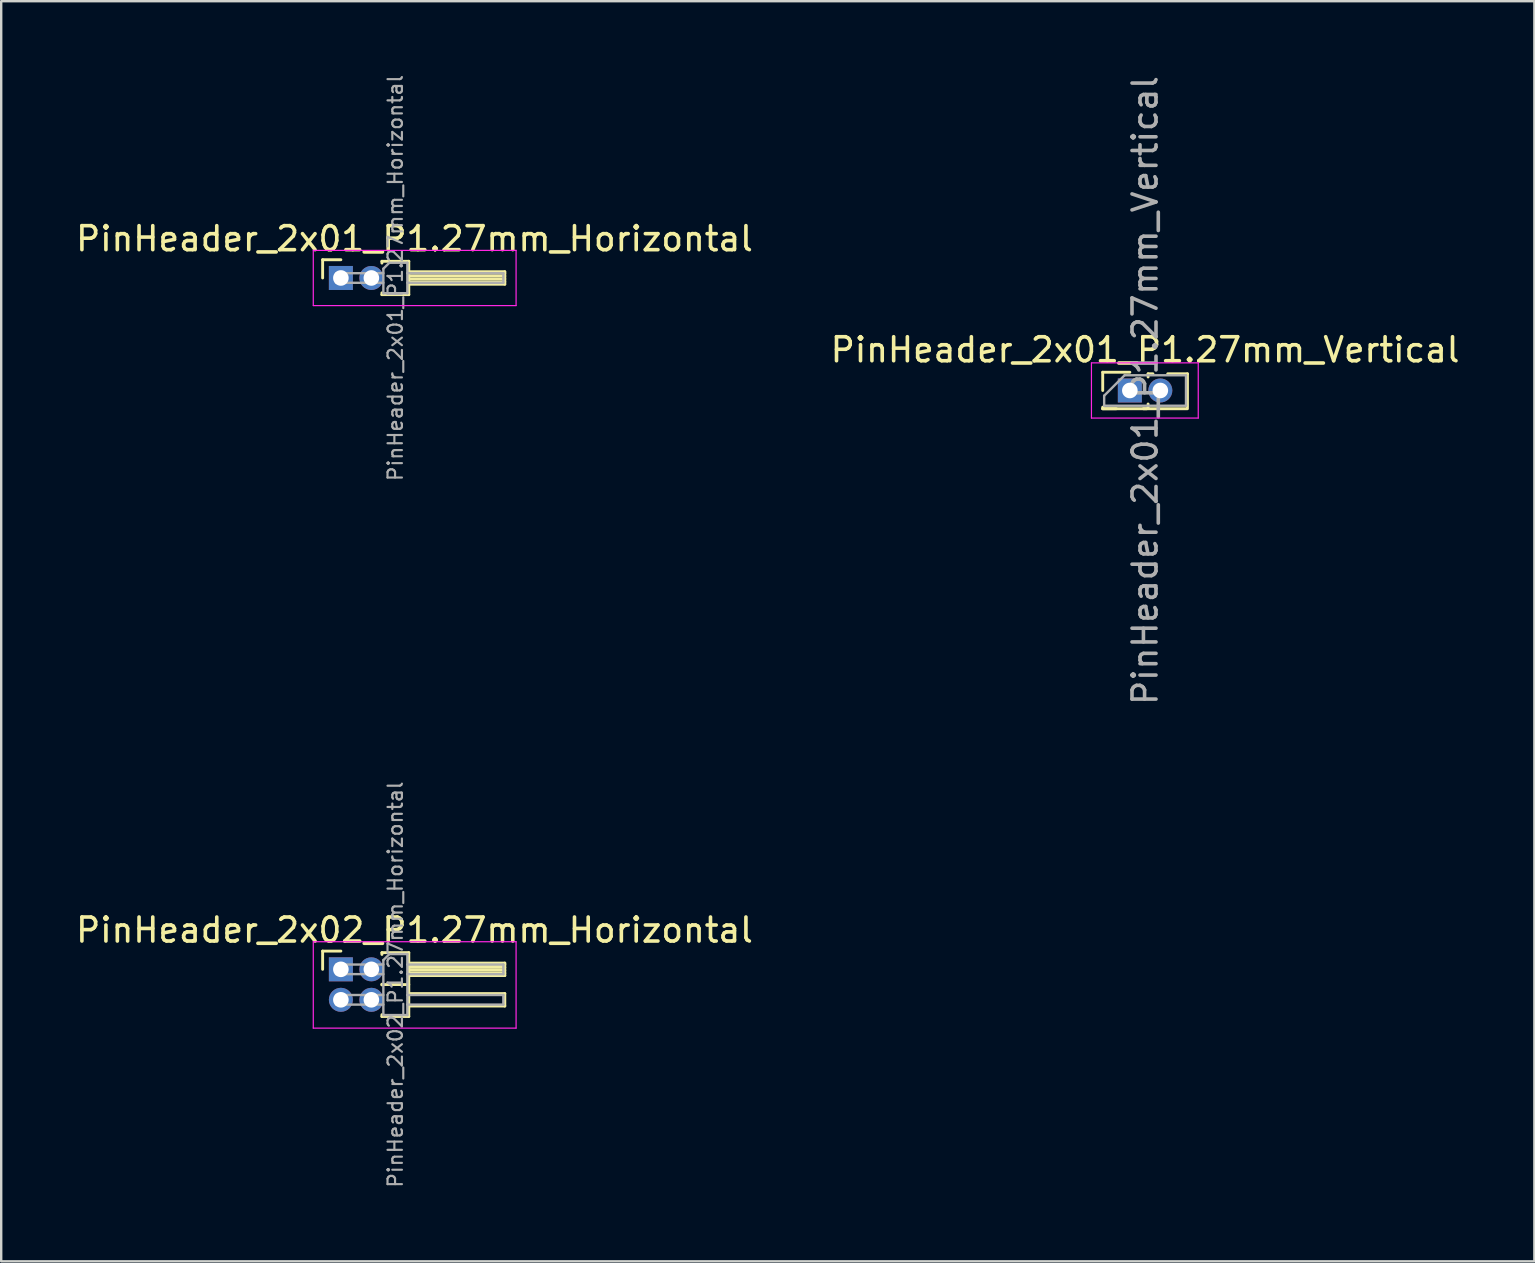
<source format=kicad_pcb>
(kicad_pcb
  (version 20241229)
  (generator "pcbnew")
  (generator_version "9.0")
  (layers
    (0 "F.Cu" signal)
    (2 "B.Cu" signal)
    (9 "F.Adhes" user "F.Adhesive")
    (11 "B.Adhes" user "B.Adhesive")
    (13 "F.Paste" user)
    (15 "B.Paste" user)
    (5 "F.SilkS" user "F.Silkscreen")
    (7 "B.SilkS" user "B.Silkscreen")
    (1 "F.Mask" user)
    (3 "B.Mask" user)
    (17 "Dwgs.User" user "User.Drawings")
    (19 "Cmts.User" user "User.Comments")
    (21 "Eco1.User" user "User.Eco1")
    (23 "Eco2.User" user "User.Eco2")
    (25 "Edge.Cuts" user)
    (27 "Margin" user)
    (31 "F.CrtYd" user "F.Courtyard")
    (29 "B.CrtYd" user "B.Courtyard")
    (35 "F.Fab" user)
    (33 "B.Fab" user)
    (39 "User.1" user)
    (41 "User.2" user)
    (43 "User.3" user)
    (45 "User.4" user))
  (footprint "PinHeader_2x01_P1.27mm_Horizontal"
    (layer "F.Cu")
    (at 11.153 8.532)
    (property "Reference" "PinHeader_2x01_P1.27mm_Horizontal" (at 3.067 -1.635 0) (layer "F.SilkS") (effects (font (size 1 1) (thickness 0.15))))
    (attr through_hole)
    (fp_line (start -0.76 -0.76) (end 0 -0.76) (stroke (width 0.12) (type solid)) (layer "F.SilkS"))
    (fp_line (start -0.76 0) (end -0.76 -0.76) (stroke (width 0.12) (type solid)) (layer "F.SilkS"))
    (fp_line (start 1.71 -0.695) (end 2.83 -0.695) (stroke (width 0.12) (type solid)) (layer "F.SilkS"))
    (fp_line (start 1.71 -0.62) (end 1.71 -0.695) (stroke (width 0.12) (type solid)) (layer "F.SilkS"))
    (fp_line (start 1.71 0.695) (end 1.71 0.62) (stroke (width 0.12) (type solid)) (layer "F.SilkS"))
    (fp_line (start 2.83 -0.695) (end 2.83 0.695) (stroke (width 0.12) (type solid)) (layer "F.SilkS"))
    (fp_line (start 2.83 -0.26) (end 6.83 -0.26) (stroke (width 0.12) (type solid)) (layer "F.SilkS"))
    (fp_line (start 2.83 -0.2) (end 6.83 -0.2) (stroke (width 0.12) (type solid)) (layer "F.SilkS"))
    (fp_line (start 2.83 -0.08) (end 6.83 -0.08) (stroke (width 0.12) (type solid)) (layer "F.SilkS"))
    (fp_line (start 2.83 0.04) (end 6.83 0.04) (stroke (width 0.12) (type solid)) (layer "F.SilkS"))
    (fp_line (start 2.83 0.16) (end 6.83 0.16) (stroke (width 0.12) (type solid)) (layer "F.SilkS"))
    (fp_line (start 2.83 0.695) (end 1.71 0.695) (stroke (width 0.12) (type solid)) (layer "F.SilkS"))
    (fp_line (start 6.83 -0.26) (end 6.83 0.26) (stroke (width 0.12) (type solid)) (layer "F.SilkS"))
    (fp_line (start 6.83 0.26) (end 2.83 0.26) (stroke (width 0.12) (type solid)) (layer "F.SilkS"))
    (fp_line (start -1.15 -1.15) (end -1.15 1.15) (stroke (width 0.05) (type solid)) (layer "F.CrtYd"))
    (fp_line (start -1.15 1.15) (end 7.3 1.15) (stroke (width 0.05) (type solid)) (layer "F.CrtYd"))
    (fp_line (start 7.3 -1.15) (end -1.15 -1.15) (stroke (width 0.05) (type solid)) (layer "F.CrtYd"))
    (fp_line (start 7.3 1.15) (end 7.3 -1.15) (stroke (width 0.05) (type solid)) (layer "F.CrtYd"))
    (fp_line (start -0.2 -0.2) (end -0.2 0.2) (stroke (width 0.1) (type solid)) (layer "F.Fab"))
    (fp_line (start -0.2 -0.2) (end 1.77 -0.2) (stroke (width 0.1) (type solid)) (layer "F.Fab"))
    (fp_line (start -0.2 0.2) (end 1.77 0.2) (stroke (width 0.1) (type solid)) (layer "F.Fab"))
    (fp_line (start 1.77 -0.385) (end 2.02 -0.635) (stroke (width 0.1) (type solid)) (layer "F.Fab"))
    (fp_line (start 1.77 0.635) (end 1.77 -0.385) (stroke (width 0.1) (type solid)) (layer "F.Fab"))
    (fp_line (start 2.02 -0.635) (end 2.77 -0.635) (stroke (width 0.1) (type solid)) (layer "F.Fab"))
    (fp_line (start 2.77 -0.635) (end 2.77 0.635) (stroke (width 0.1) (type solid)) (layer "F.Fab"))
    (fp_line (start 2.77 -0.2) (end 6.77 -0.2) (stroke (width 0.1) (type solid)) (layer "F.Fab"))
    (fp_line (start 2.77 0.2) (end 6.77 0.2) (stroke (width 0.1) (type solid)) (layer "F.Fab"))
    (fp_line (start 2.77 0.635) (end 1.77 0.635) (stroke (width 0.1) (type solid)) (layer "F.Fab"))
    (fp_line (start 6.77 -0.2) (end 6.77 0.2) (stroke (width 0.1) (type solid)) (layer "F.Fab"))
    (fp_text user "${REFERENCE}" (at 2.27 0 90) (layer "F.Fab") (effects (font (size 0.6 0.6) (thickness 0.09))))
    (pad "1" thru_hole rect (at 0 0) (size 1 1) (drill 0.65) (layers "*.Cu" "*.Mask"))
    (pad "2" thru_hole oval (at 1.27 0) (size 1 1) (drill 0.65) (layers "*.Cu" "*.Mask")))
  (footprint "PinHeader_2x01_P1.27mm_Vertical"
    (layer "F.Cu")
    (at 44.026 13.22)
    (property "Reference" "PinHeader_2x01_P1.27mm_Vertical" (at 0.635 -1.695 0) (layer "F.SilkS") (effects (font (size 1 1) (thickness 0.15))))
    (attr through_hole)
    (fp_line (start -1.13 -0.76) (end 0 -0.76) (stroke (width 0.12) (type solid)) (layer "F.SilkS"))
    (fp_line (start -1.13 0) (end -1.13 -0.76) (stroke (width 0.12) (type solid)) (layer "F.SilkS"))
    (fp_line (start -1.13 0.76) (end -1.13 0.695) (stroke (width 0.12) (type solid)) (layer "F.SilkS"))
    (fp_line (start -1.13 0.76) (end -0.563 0.76) (stroke (width 0.12) (type solid)) (layer "F.SilkS"))
    (fp_line (start -1.13 0.76) (end 2.4 0.76) (stroke (width 0.12) (type solid)) (layer "F.SilkS"))
    (fp_line (start 0.563 0.76) (end 0.707 0.76) (stroke (width 0.12) (type solid)) (layer "F.SilkS"))
    (fp_line (start 0.76 -0.695) (end 0.962 -0.695) (stroke (width 0.12) (type solid)) (layer "F.SilkS"))
    (fp_line (start 0.76 -0.563) (end 0.76 -0.695) (stroke (width 0.12) (type solid)) (layer "F.SilkS"))
    (fp_line (start 0.76 0.707) (end 0.76 0.563) (stroke (width 0.12) (type solid)) (layer "F.SilkS"))
    (fp_line (start 1.578 -0.695) (end 2.4 -0.695) (stroke (width 0.12) (type solid)) (layer "F.SilkS"))
    (fp_line (start 2.4 -0.695) (end 2.4 0.695) (stroke (width 0.12) (type solid)) (layer "F.SilkS"))
    (fp_line (start -1.6 -1.15) (end -1.6 1.15) (stroke (width 0.05) (type solid)) (layer "F.CrtYd"))
    (fp_line (start -1.6 1.15) (end 2.85 1.15) (stroke (width 0.05) (type solid)) (layer "F.CrtYd"))
    (fp_line (start 2.85 -1.15) (end -1.6 -1.15) (stroke (width 0.05) (type solid)) (layer "F.CrtYd"))
    (fp_line (start 2.85 1.15) (end 2.85 -1.15) (stroke (width 0.05) (type solid)) (layer "F.CrtYd"))
    (fp_line (start -1.07 0.217) (end -0.217 -0.635) (stroke (width 0.1) (type solid)) (layer "F.Fab"))
    (fp_line (start -1.07 0.635) (end -1.07 0.217) (stroke (width 0.1) (type solid)) (layer "F.Fab"))
    (fp_line (start -0.217 -0.635) (end 2.34 -0.635) (stroke (width 0.1) (type solid)) (layer "F.Fab"))
    (fp_line (start 2.34 -0.635) (end 2.34 0.635) (stroke (width 0.1) (type solid)) (layer "F.Fab"))
    (fp_line (start 2.34 0.635) (end -1.07 0.635) (stroke (width 0.1) (type solid)) (layer "F.Fab"))
    (fp_text user "${REFERENCE}" (at 0.635 0 90) (layer "F.Fab") (effects (font (size 1 1) (thickness 0.15))))
    (pad "1" thru_hole rect (at 0 0) (size 1 1) (drill 0.65) (layers "*.Cu" "*.Mask"))
    (pad "2" thru_hole oval (at 1.27 0) (size 1 1) (drill 0.65) (layers "*.Cu" "*.Mask")))
  (footprint "PinHeader_2x02_P1.27mm_Horizontal"
    (layer "F.Cu")
    (at 11.153 37.338)
    (property "Reference" "PinHeader_2x02_P1.27mm_Horizontal" (at 3.067 -1.635 0) (layer "F.SilkS") (effects (font (size 1 1) (thickness 0.15))))
    (attr through_hole)
    (fp_line (start -0.76 -0.76) (end 0 -0.76) (stroke (width 0.12) (type solid)) (layer "F.SilkS"))
    (fp_line (start -0.76 0) (end -0.76 -0.76) (stroke (width 0.12) (type solid)) (layer "F.SilkS"))
    (fp_line (start 1.71 -0.695) (end 2.83 -0.695) (stroke (width 0.12) (type solid)) (layer "F.SilkS"))
    (fp_line (start 1.71 -0.62) (end 1.71 -0.695) (stroke (width 0.12) (type solid)) (layer "F.SilkS"))
    (fp_line (start 1.71 0.62) (end 1.71 0.65) (stroke (width 0.12) (type solid)) (layer "F.SilkS"))
    (fp_line (start 1.71 0.635) (end 2.83 0.635) (stroke (width 0.12) (type solid)) (layer "F.SilkS"))
    (fp_line (start 1.71 1.965) (end 1.71 1.89) (stroke (width 0.12) (type solid)) (layer "F.SilkS"))
    (fp_line (start 2.83 -0.695) (end 2.83 1.965) (stroke (width 0.12) (type solid)) (layer "F.SilkS"))
    (fp_line (start 2.83 -0.26) (end 6.83 -0.26) (stroke (width 0.12) (type solid)) (layer "F.SilkS"))
    (fp_line (start 2.83 -0.2) (end 6.83 -0.2) (stroke (width 0.12) (type solid)) (layer "F.SilkS"))
    (fp_line (start 2.83 -0.08) (end 6.83 -0.08) (stroke (width 0.12) (type solid)) (layer "F.SilkS"))
    (fp_line (start 2.83 0.04) (end 6.83 0.04) (stroke (width 0.12) (type solid)) (layer "F.SilkS"))
    (fp_line (start 2.83 0.16) (end 6.83 0.16) (stroke (width 0.12) (type solid)) (layer "F.SilkS"))
    (fp_line (start 2.83 1.01) (end 6.83 1.01) (stroke (width 0.12) (type solid)) (layer "F.SilkS"))
    (fp_line (start 2.83 1.965) (end 1.71 1.965) (stroke (width 0.12) (type solid)) (layer "F.SilkS"))
    (fp_line (start 6.83 -0.26) (end 6.83 0.26) (stroke (width 0.12) (type solid)) (layer "F.SilkS"))
    (fp_line (start 6.83 0.26) (end 2.83 0.26) (stroke (width 0.12) (type solid)) (layer "F.SilkS"))
    (fp_line (start 6.83 1.01) (end 6.83 1.53) (stroke (width 0.12) (type solid)) (layer "F.SilkS"))
    (fp_line (start 6.83 1.53) (end 2.83 1.53) (stroke (width 0.12) (type solid)) (layer "F.SilkS"))
    (fp_line (start -1.15 -1.15) (end -1.15 2.45) (stroke (width 0.05) (type solid)) (layer "F.CrtYd"))
    (fp_line (start -1.15 2.45) (end 7.3 2.45) (stroke (width 0.05) (type solid)) (layer "F.CrtYd"))
    (fp_line (start 7.3 -1.15) (end -1.15 -1.15) (stroke (width 0.05) (type solid)) (layer "F.CrtYd"))
    (fp_line (start 7.3 2.45) (end 7.3 -1.15) (stroke (width 0.05) (type solid)) (layer "F.CrtYd"))
    (fp_line (start -0.2 -0.2) (end -0.2 0.2) (stroke (width 0.1) (type solid)) (layer "F.Fab"))
    (fp_line (start -0.2 -0.2) (end 1.77 -0.2) (stroke (width 0.1) (type solid)) (layer "F.Fab"))
    (fp_line (start -0.2 0.2) (end 1.77 0.2) (stroke (width 0.1) (type solid)) (layer "F.Fab"))
    (fp_line (start -0.2 1.07) (end -0.2 1.47) (stroke (width 0.1) (type solid)) (layer "F.Fab"))
    (fp_line (start -0.2 1.07) (end 1.77 1.07) (stroke (width 0.1) (type solid)) (layer "F.Fab"))
    (fp_line (start -0.2 1.47) (end 1.77 1.47) (stroke (width 0.1) (type solid)) (layer "F.Fab"))
    (fp_line (start 1.77 -0.385) (end 2.02 -0.635) (stroke (width 0.1) (type solid)) (layer "F.Fab"))
    (fp_line (start 1.77 1.905) (end 1.77 -0.385) (stroke (width 0.1) (type solid)) (layer "F.Fab"))
    (fp_line (start 2.02 -0.635) (end 2.77 -0.635) (stroke (width 0.1) (type solid)) (layer "F.Fab"))
    (fp_line (start 2.77 -0.635) (end 2.77 1.905) (stroke (width 0.1) (type solid)) (layer "F.Fab"))
    (fp_line (start 2.77 -0.2) (end 6.77 -0.2) (stroke (width 0.1) (type solid)) (layer "F.Fab"))
    (fp_line (start 2.77 0.2) (end 6.77 0.2) (stroke (width 0.1) (type solid)) (layer "F.Fab"))
    (fp_line (start 2.77 1.07) (end 6.77 1.07) (stroke (width 0.1) (type solid)) (layer "F.Fab"))
    (fp_line (start 2.77 1.47) (end 6.77 1.47) (stroke (width 0.1) (type solid)) (layer "F.Fab"))
    (fp_line (start 2.77 1.905) (end 1.77 1.905) (stroke (width 0.1) (type solid)) (layer "F.Fab"))
    (fp_line (start 6.77 -0.2) (end 6.77 0.2) (stroke (width 0.1) (type solid)) (layer "F.Fab"))
    (fp_line (start 6.77 1.07) (end 6.77 1.47) (stroke (width 0.1) (type solid)) (layer "F.Fab"))
    (fp_text user "${REFERENCE}" (at 2.27 0.635 90) (layer "F.Fab") (effects (font (size 0.6 0.6) (thickness 0.09))))
    (pad "1" thru_hole rect (at 0 0) (size 1 1) (drill 0.65) (layers "*.Cu" "*.Mask"))
    (pad "2" thru_hole oval (at 1.27 0) (size 1 1) (drill 0.65) (layers "*.Cu" "*.Mask"))
    (pad "3" thru_hole oval (at 0 1.27) (size 1 1) (drill 0.65) (layers "*.Cu" "*.Mask"))
    (pad "4" thru_hole oval (at 1.27 1.27) (size 1 1) (drill 0.65) (layers "*.Cu" "*.Mask")))
  (gr_rect
    (start -3 -3)
    (end 60.881 49.505)
    (stroke (width 0.1) (type default))
    (fill no)
    (layer "Edge.Cuts")))
</source>
